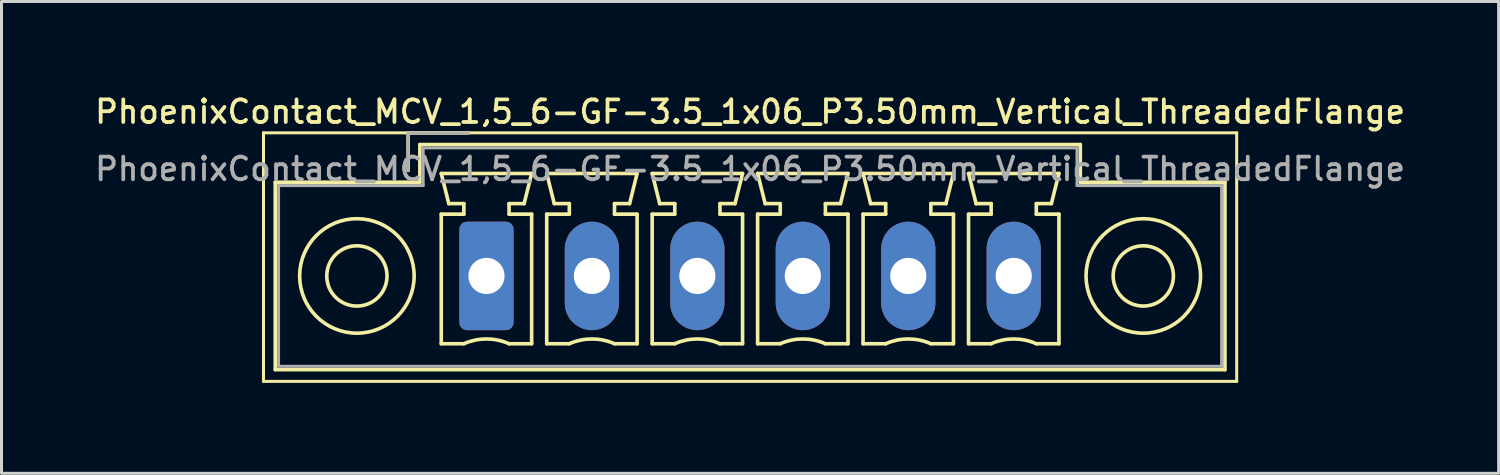
<source format=kicad_pcb>
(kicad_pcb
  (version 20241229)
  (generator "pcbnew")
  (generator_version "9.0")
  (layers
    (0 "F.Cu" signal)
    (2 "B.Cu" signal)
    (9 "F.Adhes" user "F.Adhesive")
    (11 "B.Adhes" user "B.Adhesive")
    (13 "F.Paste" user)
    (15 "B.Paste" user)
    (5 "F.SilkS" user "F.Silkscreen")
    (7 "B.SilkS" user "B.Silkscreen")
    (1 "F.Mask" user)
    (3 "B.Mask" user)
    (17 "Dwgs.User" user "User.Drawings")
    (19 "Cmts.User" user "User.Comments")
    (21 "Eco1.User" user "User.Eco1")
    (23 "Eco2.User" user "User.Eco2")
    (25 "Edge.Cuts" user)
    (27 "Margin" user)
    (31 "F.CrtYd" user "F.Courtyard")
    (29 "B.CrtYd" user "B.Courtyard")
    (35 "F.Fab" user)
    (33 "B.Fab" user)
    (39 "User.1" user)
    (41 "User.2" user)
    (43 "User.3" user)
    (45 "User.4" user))
  (footprint "PhoenixContact_MCV_1,5_6-GF-3.5_1x06_P3.50mm_Vertical_ThreadedFlange"
    (layer "F.Cu")
    (at 13.095 6.108)
    (property "Reference" "PhoenixContact_MCV_1,5_6-GF-3.5_1x06_P3.50mm_Vertical_ThreadedFlange" (at 8.75 -5.45 0) (layer "F.SilkS") (effects (font (size 0.75 0.75) (thickness 0.125))))
    (attr through_hole)
    (fp_line (start -7.4 -4.75) (end -7.4 3.5) (stroke (width 0.1) (type solid)) (layer "F.SilkS"))
    (fp_line (start -7.4 3.5) (end 24.9 3.5) (stroke (width 0.1) (type solid)) (layer "F.SilkS"))
    (fp_line (start -7.01 -3.11) (end -7.01 3.11) (stroke (width 0.12) (type solid)) (layer "F.SilkS"))
    (fp_line (start -7.01 3.11) (end 24.51 3.11) (stroke (width 0.12) (type solid)) (layer "F.SilkS"))
    (fp_line (start -2.6 -4.75) (end -0.6 -4.75) (stroke (width 0.12) (type solid)) (layer "F.SilkS"))
    (fp_line (start -2.6 -3.5) (end -2.6 -4.75) (stroke (width 0.12) (type solid)) (layer "F.SilkS"))
    (fp_line (start -2.21 -4.36) (end -2.21 -3.11) (stroke (width 0.12) (type solid)) (layer "F.SilkS"))
    (fp_line (start -2.21 -3.11) (end -7.01 -3.11) (stroke (width 0.12) (type solid)) (layer "F.SilkS"))
    (fp_line (start -1.5 -3.4) (end 1.5 -3.4) (stroke (width 0.12) (type solid)) (layer "F.SilkS"))
    (fp_line (start -1.5 -2.05) (end -0.75 -2.05) (stroke (width 0.12) (type solid)) (layer "F.SilkS"))
    (fp_line (start -1.5 2.25) (end -1.5 -2.05) (stroke (width 0.12) (type solid)) (layer "F.SilkS"))
    (fp_line (start -1.25 -2.4) (end -1.5 -3.4) (stroke (width 0.12) (type solid)) (layer "F.SilkS"))
    (fp_line (start -0.75 -2.4) (end -1.25 -2.4) (stroke (width 0.12) (type solid)) (layer "F.SilkS"))
    (fp_line (start -0.75 -2.05) (end -0.75 -2.4) (stroke (width 0.12) (type solid)) (layer "F.SilkS"))
    (fp_line (start -0.75 2.25) (end -1.5 2.25) (stroke (width 0.12) (type solid)) (layer "F.SilkS"))
    (fp_line (start 0.75 -2.4) (end 0.75 -2.05) (stroke (width 0.12) (type solid)) (layer "F.SilkS"))
    (fp_line (start 0.75 -2.05) (end 1.5 -2.05) (stroke (width 0.12) (type solid)) (layer "F.SilkS"))
    (fp_line (start 1.25 -2.4) (end 0.75 -2.4) (stroke (width 0.12) (type solid)) (layer "F.SilkS"))
    (fp_line (start 1.5 -3.4) (end 1.25 -2.4) (stroke (width 0.12) (type solid)) (layer "F.SilkS"))
    (fp_line (start 1.5 -2.05) (end 1.5 2.25) (stroke (width 0.12) (type solid)) (layer "F.SilkS"))
    (fp_line (start 1.5 2.25) (end 0.75 2.25) (stroke (width 0.12) (type solid)) (layer "F.SilkS"))
    (fp_line (start 2 -3.4) (end 5 -3.4) (stroke (width 0.12) (type solid)) (layer "F.SilkS"))
    (fp_line (start 2 -2.05) (end 2.75 -2.05) (stroke (width 0.12) (type solid)) (layer "F.SilkS"))
    (fp_line (start 2 2.25) (end 2 -2.05) (stroke (width 0.12) (type solid)) (layer "F.SilkS"))
    (fp_line (start 2.25 -2.4) (end 2 -3.4) (stroke (width 0.12) (type solid)) (layer "F.SilkS"))
    (fp_line (start 2.75 -2.4) (end 2.25 -2.4) (stroke (width 0.12) (type solid)) (layer "F.SilkS"))
    (fp_line (start 2.75 -2.05) (end 2.75 -2.4) (stroke (width 0.12) (type solid)) (layer "F.SilkS"))
    (fp_line (start 2.75 2.25) (end 2 2.25) (stroke (width 0.12) (type solid)) (layer "F.SilkS"))
    (fp_line (start 4.25 -2.4) (end 4.25 -2.05) (stroke (width 0.12) (type solid)) (layer "F.SilkS"))
    (fp_line (start 4.25 -2.05) (end 5 -2.05) (stroke (width 0.12) (type solid)) (layer "F.SilkS"))
    (fp_line (start 4.75 -2.4) (end 4.25 -2.4) (stroke (width 0.12) (type solid)) (layer "F.SilkS"))
    (fp_line (start 5 -3.4) (end 4.75 -2.4) (stroke (width 0.12) (type solid)) (layer "F.SilkS"))
    (fp_line (start 5 -2.05) (end 5 2.25) (stroke (width 0.12) (type solid)) (layer "F.SilkS"))
    (fp_line (start 5 2.25) (end 4.25 2.25) (stroke (width 0.12) (type solid)) (layer "F.SilkS"))
    (fp_line (start 5.5 -3.4) (end 8.5 -3.4) (stroke (width 0.12) (type solid)) (layer "F.SilkS"))
    (fp_line (start 5.5 -2.05) (end 6.25 -2.05) (stroke (width 0.12) (type solid)) (layer "F.SilkS"))
    (fp_line (start 5.5 2.25) (end 5.5 -2.05) (stroke (width 0.12) (type solid)) (layer "F.SilkS"))
    (fp_line (start 5.75 -2.4) (end 5.5 -3.4) (stroke (width 0.12) (type solid)) (layer "F.SilkS"))
    (fp_line (start 6.25 -2.4) (end 5.75 -2.4) (stroke (width 0.12) (type solid)) (layer "F.SilkS"))
    (fp_line (start 6.25 -2.05) (end 6.25 -2.4) (stroke (width 0.12) (type solid)) (layer "F.SilkS"))
    (fp_line (start 6.25 2.25) (end 5.5 2.25) (stroke (width 0.12) (type solid)) (layer "F.SilkS"))
    (fp_line (start 7.75 -2.4) (end 7.75 -2.05) (stroke (width 0.12) (type solid)) (layer "F.SilkS"))
    (fp_line (start 7.75 -2.05) (end 8.5 -2.05) (stroke (width 0.12) (type solid)) (layer "F.SilkS"))
    (fp_line (start 8.25 -2.4) (end 7.75 -2.4) (stroke (width 0.12) (type solid)) (layer "F.SilkS"))
    (fp_line (start 8.5 -3.4) (end 8.25 -2.4) (stroke (width 0.12) (type solid)) (layer "F.SilkS"))
    (fp_line (start 8.5 -2.05) (end 8.5 2.25) (stroke (width 0.12) (type solid)) (layer "F.SilkS"))
    (fp_line (start 8.5 2.25) (end 7.75 2.25) (stroke (width 0.12) (type solid)) (layer "F.SilkS"))
    (fp_line (start 9 -3.4) (end 12 -3.4) (stroke (width 0.12) (type solid)) (layer "F.SilkS"))
    (fp_line (start 9 -2.05) (end 9.75 -2.05) (stroke (width 0.12) (type solid)) (layer "F.SilkS"))
    (fp_line (start 9 2.25) (end 9 -2.05) (stroke (width 0.12) (type solid)) (layer "F.SilkS"))
    (fp_line (start 9.25 -2.4) (end 9 -3.4) (stroke (width 0.12) (type solid)) (layer "F.SilkS"))
    (fp_line (start 9.75 -2.4) (end 9.25 -2.4) (stroke (width 0.12) (type solid)) (layer "F.SilkS"))
    (fp_line (start 9.75 -2.05) (end 9.75 -2.4) (stroke (width 0.12) (type solid)) (layer "F.SilkS"))
    (fp_line (start 9.75 2.25) (end 9 2.25) (stroke (width 0.12) (type solid)) (layer "F.SilkS"))
    (fp_line (start 11.25 -2.4) (end 11.25 -2.05) (stroke (width 0.12) (type solid)) (layer "F.SilkS"))
    (fp_line (start 11.25 -2.05) (end 12 -2.05) (stroke (width 0.12) (type solid)) (layer "F.SilkS"))
    (fp_line (start 11.75 -2.4) (end 11.25 -2.4) (stroke (width 0.12) (type solid)) (layer "F.SilkS"))
    (fp_line (start 12 -3.4) (end 11.75 -2.4) (stroke (width 0.12) (type solid)) (layer "F.SilkS"))
    (fp_line (start 12 -2.05) (end 12 2.25) (stroke (width 0.12) (type solid)) (layer "F.SilkS"))
    (fp_line (start 12 2.25) (end 11.25 2.25) (stroke (width 0.12) (type solid)) (layer "F.SilkS"))
    (fp_line (start 12.5 -3.4) (end 15.5 -3.4) (stroke (width 0.12) (type solid)) (layer "F.SilkS"))
    (fp_line (start 12.5 -2.05) (end 13.25 -2.05) (stroke (width 0.12) (type solid)) (layer "F.SilkS"))
    (fp_line (start 12.5 2.25) (end 12.5 -2.05) (stroke (width 0.12) (type solid)) (layer "F.SilkS"))
    (fp_line (start 12.75 -2.4) (end 12.5 -3.4) (stroke (width 0.12) (type solid)) (layer "F.SilkS"))
    (fp_line (start 13.25 -2.4) (end 12.75 -2.4) (stroke (width 0.12) (type solid)) (layer "F.SilkS"))
    (fp_line (start 13.25 -2.05) (end 13.25 -2.4) (stroke (width 0.12) (type solid)) (layer "F.SilkS"))
    (fp_line (start 13.25 2.25) (end 12.5 2.25) (stroke (width 0.12) (type solid)) (layer "F.SilkS"))
    (fp_line (start 14.75 -2.4) (end 14.75 -2.05) (stroke (width 0.12) (type solid)) (layer "F.SilkS"))
    (fp_line (start 14.75 -2.05) (end 15.5 -2.05) (stroke (width 0.12) (type solid)) (layer "F.SilkS"))
    (fp_line (start 15.25 -2.4) (end 14.75 -2.4) (stroke (width 0.12) (type solid)) (layer "F.SilkS"))
    (fp_line (start 15.5 -3.4) (end 15.25 -2.4) (stroke (width 0.12) (type solid)) (layer "F.SilkS"))
    (fp_line (start 15.5 -2.05) (end 15.5 2.25) (stroke (width 0.12) (type solid)) (layer "F.SilkS"))
    (fp_line (start 15.5 2.25) (end 14.75 2.25) (stroke (width 0.12) (type solid)) (layer "F.SilkS"))
    (fp_line (start 16 -3.4) (end 19 -3.4) (stroke (width 0.12) (type solid)) (layer "F.SilkS"))
    (fp_line (start 16 -2.05) (end 16.75 -2.05) (stroke (width 0.12) (type solid)) (layer "F.SilkS"))
    (fp_line (start 16 2.25) (end 16 -2.05) (stroke (width 0.12) (type solid)) (layer "F.SilkS"))
    (fp_line (start 16.25 -2.4) (end 16 -3.4) (stroke (width 0.12) (type solid)) (layer "F.SilkS"))
    (fp_line (start 16.75 -2.4) (end 16.25 -2.4) (stroke (width 0.12) (type solid)) (layer "F.SilkS"))
    (fp_line (start 16.75 -2.05) (end 16.75 -2.4) (stroke (width 0.12) (type solid)) (layer "F.SilkS"))
    (fp_line (start 16.75 2.25) (end 16 2.25) (stroke (width 0.12) (type solid)) (layer "F.SilkS"))
    (fp_line (start 18.25 -2.4) (end 18.25 -2.05) (stroke (width 0.12) (type solid)) (layer "F.SilkS"))
    (fp_line (start 18.25 -2.05) (end 19 -2.05) (stroke (width 0.12) (type solid)) (layer "F.SilkS"))
    (fp_line (start 18.75 -2.4) (end 18.25 -2.4) (stroke (width 0.12) (type solid)) (layer "F.SilkS"))
    (fp_line (start 19 -3.4) (end 18.75 -2.4) (stroke (width 0.12) (type solid)) (layer "F.SilkS"))
    (fp_line (start 19 -2.05) (end 19 2.25) (stroke (width 0.12) (type solid)) (layer "F.SilkS"))
    (fp_line (start 19 2.25) (end 18.25 2.25) (stroke (width 0.12) (type solid)) (layer "F.SilkS"))
    (fp_line (start 19.71 -4.36) (end -2.21 -4.36) (stroke (width 0.12) (type solid)) (layer "F.SilkS"))
    (fp_line (start 19.71 -3.11) (end 19.71 -4.36) (stroke (width 0.12) (type solid)) (layer "F.SilkS"))
    (fp_line (start 24.51 -3.11) (end 19.71 -3.11) (stroke (width 0.12) (type solid)) (layer "F.SilkS"))
    (fp_line (start 24.51 3.11) (end 24.51 -3.11) (stroke (width 0.12) (type solid)) (layer "F.SilkS"))
    (fp_line (start 24.9 -4.75) (end -7.4 -4.75) (stroke (width 0.1) (type solid)) (layer "F.SilkS"))
    (fp_line (start 24.9 3.5) (end 24.9 -4.75) (stroke (width 0.1) (type solid)) (layer "F.SilkS"))
    (fp_arc (start -0.75 2.25) (mid -0.000193 2.09191) (end 0.749647 2.249844) (stroke (width 0.12) (type solid)) (layer "F.SilkS"))
    (fp_arc (start 2.75 2.25) (mid 3.499807 2.09191) (end 4.249647 2.249844) (stroke (width 0.12) (type solid)) (layer "F.SilkS"))
    (fp_arc (start 6.25 2.25) (mid 6.999807 2.09191) (end 7.749647 2.249844) (stroke (width 0.12) (type solid)) (layer "F.SilkS"))
    (fp_arc (start 9.75 2.25) (mid 10.499807 2.09191) (end 11.249647 2.249844) (stroke (width 0.12) (type solid)) (layer "F.SilkS"))
    (fp_arc (start 13.25 2.25) (mid 13.999807 2.09191) (end 14.749647 2.249844) (stroke (width 0.12) (type solid)) (layer "F.SilkS"))
    (fp_arc (start 16.75 2.25) (mid 17.499807 2.09191) (end 18.249647 2.249844) (stroke (width 0.12) (type solid)) (layer "F.SilkS"))
    (fp_circle (center -4.3 0) (end -3.3 0) (stroke (width 0.12) (type solid)) (fill no) (layer "F.SilkS"))
    (fp_circle (center -4.3 0) (end -2.4 0) (stroke (width 0.12) (type solid)) (fill no) (layer "F.SilkS"))
    (fp_circle (center 21.8 0) (end 22.8 0) (stroke (width 0.12) (type solid)) (fill no) (layer "F.SilkS"))
    (fp_circle (center 21.8 0) (end 23.7 0) (stroke (width 0.12) (type solid)) (fill no) (layer "F.SilkS"))
    (fp_line (start -6.9 -3) (end -6.9 3) (stroke (width 0.1) (type solid)) (layer "F.Fab"))
    (fp_line (start -6.9 3) (end 24.4 3) (stroke (width 0.1) (type solid)) (layer "F.Fab"))
    (fp_line (start -2.6 -4.75) (end -0.6 -4.75) (stroke (width 0.1) (type solid)) (layer "F.Fab"))
    (fp_line (start -2.6 -3.5) (end -2.6 -4.75) (stroke (width 0.1) (type solid)) (layer "F.Fab"))
    (fp_line (start -2.1 -4.25) (end -2.1 -3) (stroke (width 0.1) (type solid)) (layer "F.Fab"))
    (fp_line (start -2.1 -3) (end -6.9 -3) (stroke (width 0.1) (type solid)) (layer "F.Fab"))
    (fp_line (start 19.6 -4.25) (end -2.1 -4.25) (stroke (width 0.1) (type solid)) (layer "F.Fab"))
    (fp_line (start 19.6 -3) (end 19.6 -4.25) (stroke (width 0.1) (type solid)) (layer "F.Fab"))
    (fp_line (start 24.4 -3) (end 19.6 -3) (stroke (width 0.1) (type solid)) (layer "F.Fab"))
    (fp_line (start 24.4 3) (end 24.4 -3) (stroke (width 0.1) (type solid)) (layer "F.Fab"))
    (fp_text user "${REFERENCE}" (at 8.75 -3.55 0) (layer "F.Fab") (effects (font (size 0.75 0.75) (thickness 0.125))))
    (pad "1" thru_hole roundrect (at 0 0) (size 1.8 3.6) (drill 1.2) (layers "*.Cu" "*.Mask") (roundrect_rratio 0.139))
    (pad "2" thru_hole oval (at 3.5 0) (size 1.8 3.6) (drill 1.2) (layers "*.Cu" "*.Mask"))
    (pad "3" thru_hole oval (at 7 0) (size 1.8 3.6) (drill 1.2) (layers "*.Cu" "*.Mask"))
    (pad "4" thru_hole oval (at 10.5 0) (size 1.8 3.6) (drill 1.2) (layers "*.Cu" "*.Mask"))
    (pad "5" thru_hole oval (at 14 0) (size 1.8 3.6) (drill 1.2) (layers "*.Cu" "*.Mask"))
    (pad "6" thru_hole oval (at 17.5 0) (size 1.8 3.6) (drill 1.2) (layers "*.Cu" "*.Mask")))
  (gr_rect
    (start -3 -3)
    (end 46.689 12.658)
    (stroke (width 0.1) (type default))
    (fill no)
    (layer "Edge.Cuts")))
</source>
